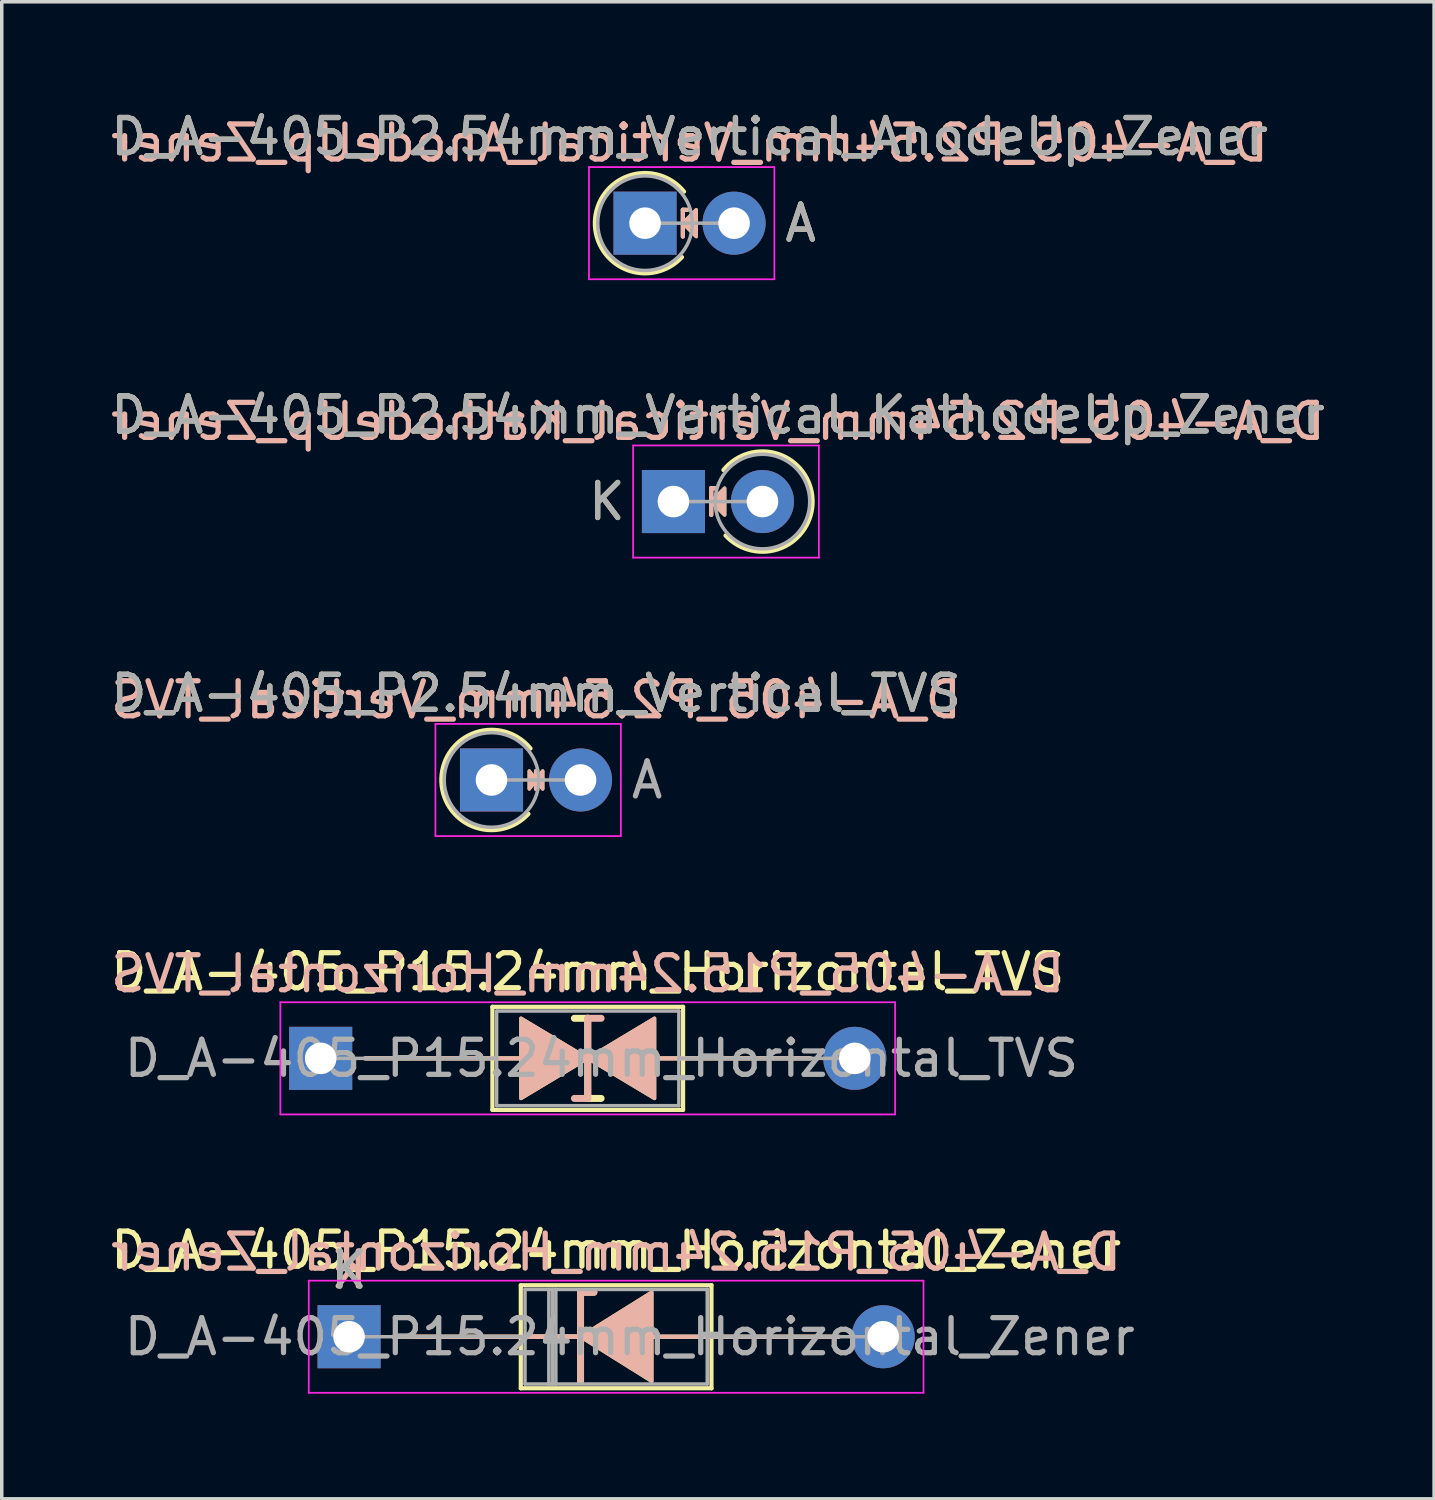
<source format=kicad_pcb>
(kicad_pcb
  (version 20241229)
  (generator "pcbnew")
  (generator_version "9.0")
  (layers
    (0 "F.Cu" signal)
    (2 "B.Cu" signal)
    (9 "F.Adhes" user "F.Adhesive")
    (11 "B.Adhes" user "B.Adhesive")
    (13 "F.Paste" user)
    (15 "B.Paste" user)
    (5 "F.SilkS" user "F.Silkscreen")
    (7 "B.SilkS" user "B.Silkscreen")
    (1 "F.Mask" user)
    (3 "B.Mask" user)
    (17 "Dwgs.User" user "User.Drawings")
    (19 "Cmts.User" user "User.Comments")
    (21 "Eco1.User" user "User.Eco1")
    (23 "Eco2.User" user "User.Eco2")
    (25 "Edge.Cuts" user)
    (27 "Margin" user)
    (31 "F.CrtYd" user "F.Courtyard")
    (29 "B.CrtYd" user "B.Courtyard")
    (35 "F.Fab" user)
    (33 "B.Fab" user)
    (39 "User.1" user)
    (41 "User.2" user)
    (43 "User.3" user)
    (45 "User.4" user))
  (footprint "D_A-405_P2.54mm_Vertical_TVS"
    (layer "F.Cu")
    (at 10.974 19.205)
    (property "Reference" "D_A-405_P2.54mm_Vertical_TVS" (at 1.27 -2.47 0) (layer "F.SilkS") (effects (font (size 1 1) (thickness 0.15))))
    (fp_line (start 1.27 -0.254) (end 1.27 0.254) (stroke (width 0.12) (type solid)) (layer "F.SilkS"))
    (fp_arc (start 1.05385 0.968866) (mid -1.430816 -0.045469) (end 1.113239 -0.9) (stroke (width 0.12) (type solid)) (layer "F.SilkS"))
    (fp_poly (pts (xy 1.079 -0.254) (xy 1.27 0) (xy 1.079 0.254)) (stroke (width 0.1) (type solid)) (fill yes) (layer "F.SilkS"))
    (fp_poly (pts (xy 1.46 0.254) (xy 1.27 0) (xy 1.46 -0.254)) (stroke (width 0.1) (type solid)) (fill yes) (layer "F.SilkS"))
    (fp_line (start 1.27 0.254) (end 1.27 -0.254) (stroke (width 0.12) (type solid)) (layer "B.SilkS"))
    (fp_poly (pts (xy 1.079 0.254) (xy 1.27 0) (xy 1.079 -0.254)) (stroke (width 0.1) (type solid)) (fill yes) (layer "B.SilkS"))
    (fp_poly (pts (xy 1.46 -0.254) (xy 1.27 0) (xy 1.46 0.254)) (stroke (width 0.1) (type solid)) (fill yes) (layer "B.SilkS"))
    (fp_line (start -1.6 -1.6) (end -1.6 1.6) (stroke (width 0.05) (type solid)) (layer "F.CrtYd"))
    (fp_line (start -1.6 1.6) (end 3.69 1.6) (stroke (width 0.05) (type solid)) (layer "F.CrtYd"))
    (fp_line (start 3.69 -1.6) (end -1.6 -1.6) (stroke (width 0.05) (type solid)) (layer "F.CrtYd"))
    (fp_line (start 3.69 1.6) (end 3.69 -1.6) (stroke (width 0.05) (type solid)) (layer "F.CrtYd"))
    (fp_line (start 0 0) (end 2.54 0) (stroke (width 0.1) (type solid)) (layer "F.Fab"))
    (fp_circle (center 0 0) (end 1.35 0) (stroke (width 0.1) (type solid)) (fill no) (layer "F.Fab"))
    (fp_text user "${REFERENCE}" (at 1.27 -2.286 0) (layer "B.SilkS") (effects (font (size 1 1) (thickness 0.15)) (justify mirror)))
    (fp_text user "${REFERENCE}" (at 1.27 -2.47 0) (layer "F.Fab") (effects (font (size 1 1) (thickness 0.15))))
    (fp_text user "A" (at 4.44 0 0) (layer "F.Fab") (effects (font (size 1 1) (thickness 0.15))))
    (pad "1" thru_hole rect (at 0 0) (size 1.8 1.8) (drill 0.9) (layers "*.Cu" "*.Mask"))
    (pad "2" thru_hole oval (at 2.54 0) (size 1.8 1.8) (drill 0.9) (layers "*.Cu" "*.Mask")))
  (footprint "D_A-405_P15.24mm_Horizontal_TVS"
    (layer "F.Cu")
    (at 6.1 27.148)
    (property "Reference" "D_A-405_P15.24mm_Horizontal_TVS" (at 7.62 -2.47 0) (layer "F.SilkS") (effects (font (size 1 1) (thickness 0.15))))
    (fp_line (start 1.27 0) (end 4.9 0) (stroke (width 0.12) (type solid)) (layer "F.SilkS"))
    (fp_line (start 4.9 -1.47) (end 4.9 1.47) (stroke (width 0.12) (type solid)) (layer "F.SilkS"))
    (fp_line (start 4.9 0) (end 5.715 0) (stroke (width 0.12) (type solid)) (layer "F.SilkS"))
    (fp_line (start 4.9 1.47) (end 10.34 1.47) (stroke (width 0.12) (type solid)) (layer "F.SilkS"))
    (fp_line (start 7.62 -1.143) (end 7.239 -1.143) (stroke (width 0.2) (type solid)) (layer "F.SilkS"))
    (fp_line (start 7.62 1.143) (end 7.62 -1.143) (stroke (width 0.2) (type solid)) (layer "F.SilkS"))
    (fp_line (start 8.001 1.143) (end 7.62 1.143) (stroke (width 0.2) (type solid)) (layer "F.SilkS"))
    (fp_line (start 10.34 -1.47) (end 4.9 -1.47) (stroke (width 0.12) (type solid)) (layer "F.SilkS"))
    (fp_line (start 10.34 0) (end 9.525 0) (stroke (width 0.12) (type solid)) (layer "F.SilkS"))
    (fp_line (start 10.34 1.47) (end 10.34 -1.47) (stroke (width 0.12) (type solid)) (layer "F.SilkS"))
    (fp_line (start 13.97 0) (end 10.34 0) (stroke (width 0.12) (type solid)) (layer "F.SilkS"))
    (fp_poly (pts (xy 7.62 0) (xy 5.715 1.143) (xy 5.715 -1.143)) (stroke (width 0.1) (type solid)) (fill yes) (layer "F.SilkS"))
    (fp_poly (pts (xy 7.62 0) (xy 9.525 -1.143) (xy 9.525 1.143)) (stroke (width 0.1) (type solid)) (fill yes) (layer "F.SilkS"))
    (fp_line (start 1.27 0) (end 4.9 0) (stroke (width 0.12) (type solid)) (layer "B.SilkS"))
    (fp_line (start 4.9 0) (end 5.715 0) (stroke (width 0.12) (type solid)) (layer "B.SilkS"))
    (fp_line (start 7.62 -1.143) (end 7.62 1.143) (stroke (width 0.2) (type solid)) (layer "B.SilkS"))
    (fp_line (start 7.62 1.143) (end 7.239 1.143) (stroke (width 0.2) (type solid)) (layer "B.SilkS"))
    (fp_line (start 8.001 -1.143) (end 7.62 -1.143) (stroke (width 0.2) (type solid)) (layer "B.SilkS"))
    (fp_line (start 10.34 0) (end 9.525 0) (stroke (width 0.12) (type solid)) (layer "B.SilkS"))
    (fp_line (start 13.97 0) (end 10.34 0) (stroke (width 0.12) (type solid)) (layer "B.SilkS"))
    (fp_poly (pts (xy 7.62 0) (xy 5.715 -1.143) (xy 5.715 1.143)) (stroke (width 0.1) (type solid)) (fill yes) (layer "B.SilkS"))
    (fp_poly (pts (xy 7.62 0) (xy 9.525 1.143) (xy 9.525 -1.143)) (stroke (width 0.1) (type solid)) (fill yes) (layer "B.SilkS"))
    (fp_line (start -1.15 -1.6) (end -1.15 1.6) (stroke (width 0.05) (type solid)) (layer "F.CrtYd"))
    (fp_line (start -1.15 1.6) (end 16.39 1.6) (stroke (width 0.05) (type solid)) (layer "F.CrtYd"))
    (fp_line (start 16.39 -1.6) (end -1.15 -1.6) (stroke (width 0.05) (type solid)) (layer "F.CrtYd"))
    (fp_line (start 16.39 1.6) (end 16.39 -1.6) (stroke (width 0.05) (type solid)) (layer "F.CrtYd"))
    (fp_line (start 0 0) (end 5.02 0) (stroke (width 0.1) (type solid)) (layer "F.Fab"))
    (fp_line (start 5.02 -1.35) (end 5.02 1.35) (stroke (width 0.1) (type solid)) (layer "F.Fab"))
    (fp_line (start 5.02 1.35) (end 10.22 1.35) (stroke (width 0.1) (type solid)) (layer "F.Fab"))
    (fp_line (start 10.22 -1.35) (end 5.02 -1.35) (stroke (width 0.1) (type solid)) (layer "F.Fab"))
    (fp_line (start 10.22 1.35) (end 10.22 -1.35) (stroke (width 0.1) (type solid)) (layer "F.Fab"))
    (fp_line (start 15.24 0) (end 10.22 0) (stroke (width 0.1) (type solid)) (layer "F.Fab"))
    (fp_text user "${REFERENCE}" (at 7.62 -2.413 0) (layer "B.SilkS") (effects (font (size 1 1) (thickness 0.15)) (justify mirror)))
    (fp_text user "${REFERENCE}" (at 8.01 0 0) (layer "F.Fab") (effects (font (size 1 1) (thickness 0.15))))
    (pad "1" thru_hole rect (at 0 0) (size 1.8 1.8) (drill 0.9) (layers "*.Cu" "*.Mask"))
    (pad "2" thru_hole oval (at 15.24 0) (size 1.8 1.8) (drill 0.9) (layers "*.Cu" "*.Mask")))
  (footprint "D_A-405_P2.54mm_Vertical_KathodeUp_Zener"
    (layer "F.Cu")
    (at 16.165 11.261)
    (property "Reference" "D_A-405_P2.54mm_Vertical_KathodeUp_Zener" (at 1.27 -2.47 0) (layer "F.SilkS") (effects (font (size 1 1) (thickness 0.15))))
    (fp_line (start 1.079 -0.381) (end 1.079 0.381) (stroke (width 0.12) (type solid)) (layer "F.SilkS"))
    (fp_line (start 1.079 -0.381) (end 1.206 -0.381) (stroke (width 0.12) (type solid)) (layer "F.SilkS"))
    (fp_arc (start 1.426761 -0.9) (mid 3.970816 -0.045469) (end 1.48615 0.968866) (stroke (width 0.12) (type solid)) (layer "F.SilkS"))
    (fp_poly (pts (xy 1.46 0.381) (xy 1.079 0) (xy 1.46 -0.381)) (stroke (width 0.1) (type solid)) (fill yes) (layer "F.SilkS"))
    (fp_line (start 1.079 -0.381) (end 1.206 -0.381) (stroke (width 0.12) (type solid)) (layer "B.SilkS"))
    (fp_line (start 1.079 0.381) (end 1.079 -0.381) (stroke (width 0.12) (type solid)) (layer "B.SilkS"))
    (fp_poly (pts (xy 1.46 -0.381) (xy 1.079 0) (xy 1.46 0.381)) (stroke (width 0.1) (type solid)) (fill yes) (layer "B.SilkS"))
    (fp_line (start -1.15 -1.6) (end -1.15 1.6) (stroke (width 0.05) (type solid)) (layer "F.CrtYd"))
    (fp_line (start -1.15 1.6) (end 4.15 1.6) (stroke (width 0.05) (type solid)) (layer "F.CrtYd"))
    (fp_line (start 4.15 -1.6) (end -1.15 -1.6) (stroke (width 0.05) (type solid)) (layer "F.CrtYd"))
    (fp_line (start 4.15 1.6) (end 4.15 -1.6) (stroke (width 0.05) (type solid)) (layer "F.CrtYd"))
    (fp_line (start 0 0) (end 2.54 0) (stroke (width 0.1) (type solid)) (layer "F.Fab"))
    (fp_circle (center 2.54 0) (end 3.89 0) (stroke (width 0.1) (type solid)) (fill no) (layer "F.Fab"))
    (fp_text user "K" (at -1.9 0 0) (layer "F.SilkS") (effects (font (size 1 1) (thickness 0.15))))
    (fp_text user "${REFERENCE}" (at 1.27 -2.286 0) (layer "B.SilkS") (effects (font (size 1 1) (thickness 0.15)) (justify mirror)))
    (fp_text user "K" (at -1.9 0 0) (layer "F.Fab") (effects (font (size 1 1) (thickness 0.15))))
    (fp_text user "${REFERENCE}" (at 1.27 -2.47 0) (layer "F.Fab") (effects (font (size 1 1) (thickness 0.15))))
    (pad "1" thru_hole rect (at 0 0) (size 1.8 1.8) (drill 0.9) (layers "*.Cu" "*.Mask"))
    (pad "2" thru_hole oval (at 2.54 0) (size 1.8 1.8) (drill 0.9) (layers "*.Cu" "*.Mask")))
  (footprint "D_A-405_P2.54mm_Vertical_AnodeUp_Zener"
    (layer "F.Cu")
    (at 15.355 3.318)
    (property "Reference" "D_A-405_P2.54mm_Vertical_AnodeUp_Zener" (at 1.27 -2.47 0) (layer "F.SilkS") (effects (font (size 1 1) (thickness 0.15))))
    (fp_line (start 1.079 -0.381) (end 1.079 0.381) (stroke (width 0.12) (type solid)) (layer "F.SilkS"))
    (fp_line (start 1.079 -0.381) (end 1.206 -0.381) (stroke (width 0.12) (type solid)) (layer "F.SilkS"))
    (fp_arc (start 1.05385 0.968866) (mid -1.430816 -0.045469) (end 1.113239 -0.9) (stroke (width 0.12) (type solid)) (layer "F.SilkS"))
    (fp_poly (pts (xy 1.46 0.381) (xy 1.079 0) (xy 1.46 -0.381)) (stroke (width 0.1) (type solid)) (fill yes) (layer "F.SilkS"))
    (fp_line (start 1.079 -0.381) (end 1.206 -0.381) (stroke (width 0.12) (type solid)) (layer "B.SilkS"))
    (fp_line (start 1.079 0.381) (end 1.079 -0.381) (stroke (width 0.12) (type solid)) (layer "B.SilkS"))
    (fp_poly (pts (xy 1.46 -0.381) (xy 1.079 0) (xy 1.46 0.381)) (stroke (width 0.1) (type solid)) (fill yes) (layer "B.SilkS"))
    (fp_line (start -1.6 -1.6) (end -1.6 1.6) (stroke (width 0.05) (type solid)) (layer "F.CrtYd"))
    (fp_line (start -1.6 1.6) (end 3.69 1.6) (stroke (width 0.05) (type solid)) (layer "F.CrtYd"))
    (fp_line (start 3.69 -1.6) (end -1.6 -1.6) (stroke (width 0.05) (type solid)) (layer "F.CrtYd"))
    (fp_line (start 3.69 1.6) (end 3.69 -1.6) (stroke (width 0.05) (type solid)) (layer "F.CrtYd"))
    (fp_line (start 0 0) (end 2.54 0) (stroke (width 0.1) (type solid)) (layer "F.Fab"))
    (fp_circle (center 0 0) (end 1.35 0) (stroke (width 0.1) (type solid)) (fill no) (layer "F.Fab"))
    (fp_text user "A" (at 4.44 0 0) (layer "F.SilkS") (effects (font (size 1 1) (thickness 0.15))))
    (fp_text user "${REFERENCE}" (at 1.27 -2.286 0) (layer "B.SilkS") (effects (font (size 1 1) (thickness 0.15)) (justify mirror)))
    (fp_text user "A" (at 4.44 0 0) (layer "F.Fab") (effects (font (size 1 1) (thickness 0.15))))
    (fp_text user "${REFERENCE}" (at 1.27 -2.47 0) (layer "F.Fab") (effects (font (size 1 1) (thickness 0.15))))
    (pad "1" thru_hole rect (at 0 0) (size 1.8 1.8) (drill 0.9) (layers "*.Cu" "*.Mask"))
    (pad "2" thru_hole oval (at 2.54 0) (size 1.8 1.8) (drill 0.9) (layers "*.Cu" "*.Mask")))
  (footprint "D_A-405_P15.24mm_Horizontal_Zener"
    (layer "F.Cu")
    (at 6.91 35.091)
    (property "Reference" "D_A-405_P15.24mm_Horizontal_Zener" (at 7.62 -2.47 0) (layer "F.SilkS") (effects (font (size 1 1) (thickness 0.15))))
    (fp_line (start 1.27 0) (end 4.9 0) (stroke (width 0.12) (type solid)) (layer "F.SilkS"))
    (fp_line (start 4.9 -1.47) (end 4.9 1.47) (stroke (width 0.12) (type solid)) (layer "F.SilkS"))
    (fp_line (start 4.9 0) (end 6.604 0) (stroke (width 0.12) (type solid)) (layer "F.SilkS"))
    (fp_line (start 4.9 1.47) (end 10.34 1.47) (stroke (width 0.12) (type solid)) (layer "F.SilkS"))
    (fp_line (start 6.47 0) (end 5.07 0) (stroke (width 0.12) (type solid)) (layer "F.SilkS"))
    (fp_line (start 6.604 -1.27) (end 6.604 1.27) (stroke (width 0.2) (type solid)) (layer "F.SilkS"))
    (fp_line (start 6.604 -1.27) (end 6.985 -1.27) (stroke (width 0.2) (type solid)) (layer "F.SilkS"))
    (fp_line (start 10.34 -1.47) (end 4.9 -1.47) (stroke (width 0.12) (type solid)) (layer "F.SilkS"))
    (fp_line (start 10.34 0) (end 8.7 0) (stroke (width 0.12) (type solid)) (layer "F.SilkS"))
    (fp_line (start 10.34 1.47) (end 10.34 -1.47) (stroke (width 0.12) (type solid)) (layer "F.SilkS"))
    (fp_line (start 13.97 0) (end 10.34 0) (stroke (width 0.12) (type solid)) (layer "F.SilkS"))
    (fp_poly (pts (xy 8.636 1.27) (xy 6.604 0) (xy 8.636 -1.27)) (stroke (width 0.1) (type solid)) (fill yes) (layer "F.SilkS"))
    (fp_line (start 1.27 0) (end 4.9 0) (stroke (width 0.12) (type solid)) (layer "B.SilkS"))
    (fp_line (start 4.9 0) (end 6.604 0) (stroke (width 0.12) (type solid)) (layer "B.SilkS"))
    (fp_line (start 6.47 0) (end 5.07 0) (stroke (width 0.12) (type solid)) (layer "B.SilkS"))
    (fp_line (start 6.604 -1.27) (end 6.985 -1.27) (stroke (width 0.2) (type solid)) (layer "B.SilkS"))
    (fp_line (start 6.604 1.27) (end 6.604 -1.27) (stroke (width 0.2) (type solid)) (layer "B.SilkS"))
    (fp_line (start 10.34 0) (end 8.7 0) (stroke (width 0.12) (type solid)) (layer "B.SilkS"))
    (fp_line (start 13.97 0) (end 10.34 0) (stroke (width 0.12) (type solid)) (layer "B.SilkS"))
    (fp_poly (pts (xy 8.636 -1.27) (xy 6.604 0) (xy 8.636 1.27)) (stroke (width 0.1) (type solid)) (fill yes) (layer "B.SilkS"))
    (fp_line (start -1.15 -1.6) (end -1.15 1.6) (stroke (width 0.05) (type solid)) (layer "F.CrtYd"))
    (fp_line (start -1.15 1.6) (end 16.39 1.6) (stroke (width 0.05) (type solid)) (layer "F.CrtYd"))
    (fp_line (start 16.39 -1.6) (end -1.15 -1.6) (stroke (width 0.05) (type solid)) (layer "F.CrtYd"))
    (fp_line (start 16.39 1.6) (end 16.39 -1.6) (stroke (width 0.05) (type solid)) (layer "F.CrtYd"))
    (fp_line (start 0 0) (end 5.02 0) (stroke (width 0.1) (type solid)) (layer "F.Fab"))
    (fp_line (start 5.02 -1.35) (end 5.02 1.35) (stroke (width 0.1) (type solid)) (layer "F.Fab"))
    (fp_line (start 5.02 1.35) (end 10.22 1.35) (stroke (width 0.1) (type solid)) (layer "F.Fab"))
    (fp_line (start 5.7 -1.35) (end 5.7 1.35) (stroke (width 0.1) (type solid)) (layer "F.Fab"))
    (fp_line (start 5.8 -1.35) (end 5.8 1.35) (stroke (width 0.1) (type solid)) (layer "F.Fab"))
    (fp_line (start 5.9 -1.35) (end 5.9 1.35) (stroke (width 0.1) (type solid)) (layer "F.Fab"))
    (fp_line (start 10.22 -1.35) (end 5.02 -1.35) (stroke (width 0.1) (type solid)) (layer "F.Fab"))
    (fp_line (start 10.22 1.35) (end 10.22 -1.35) (stroke (width 0.1) (type solid)) (layer "F.Fab"))
    (fp_line (start 15.24 0) (end 10.22 0) (stroke (width 0.1) (type solid)) (layer "F.Fab"))
    (fp_text user "K" (at 0 -1.9 0) (layer "F.SilkS") (effects (font (size 1 1) (thickness 0.15))))
    (fp_text user "K" (at 0 -1.905 0) (layer "B.SilkS") (effects (font (size 1 1) (thickness 0.15)) (justify mirror)))
    (fp_text user "${REFERENCE}" (at 7.62 -2.413 0) (layer "B.SilkS") (effects (font (size 1 1) (thickness 0.15)) (justify mirror)))
    (fp_text user "K" (at 0 -1.9 0) (layer "F.Fab") (effects (font (size 1 1) (thickness 0.15))))
    (fp_text user "${REFERENCE}" (at 8.01 0 0) (layer "F.Fab") (effects (font (size 1 1) (thickness 0.15))))
    (pad "1" thru_hole rect (at 0 0) (size 1.8 1.8) (drill 0.9) (layers "*.Cu" "*.Mask"))
    (pad "2" thru_hole oval (at 15.24 0) (size 1.8 1.8) (drill 0.9) (layers "*.Cu" "*.Mask")))
  (gr_rect
    (start -3 -3)
    (end 37.869 39.716)
    (stroke (width 0.1) (type default))
    (fill no)
    (layer "Edge.Cuts")))
</source>
